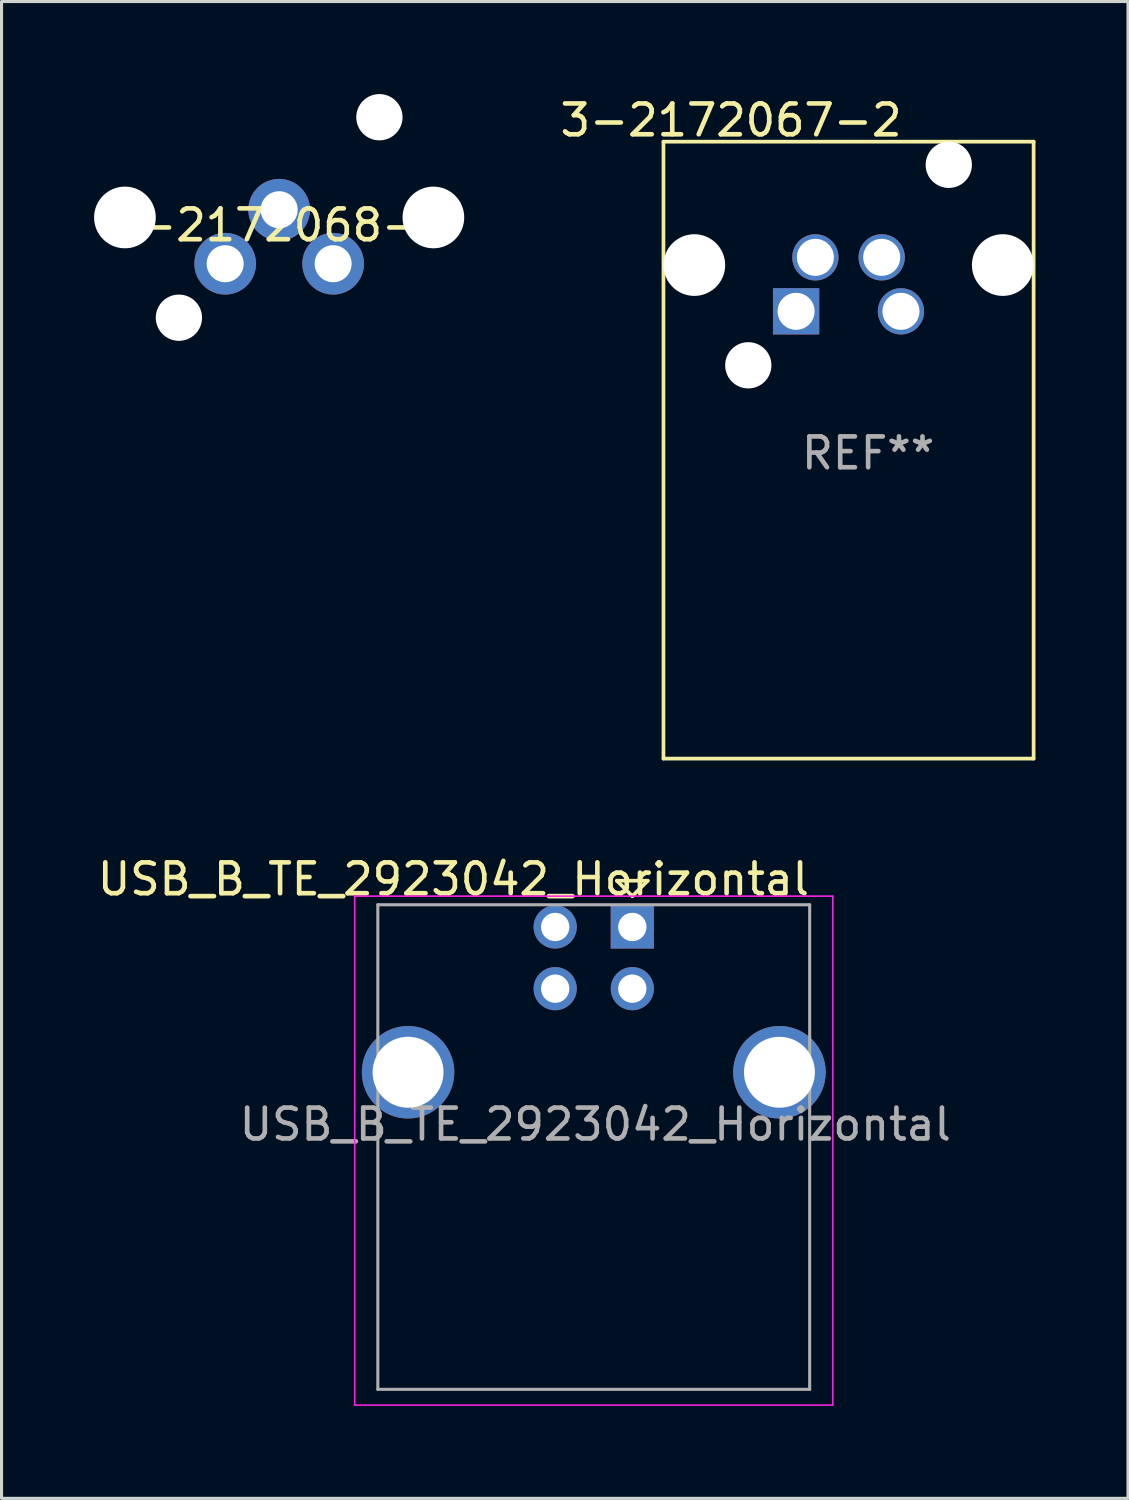
<source format=kicad_pcb>
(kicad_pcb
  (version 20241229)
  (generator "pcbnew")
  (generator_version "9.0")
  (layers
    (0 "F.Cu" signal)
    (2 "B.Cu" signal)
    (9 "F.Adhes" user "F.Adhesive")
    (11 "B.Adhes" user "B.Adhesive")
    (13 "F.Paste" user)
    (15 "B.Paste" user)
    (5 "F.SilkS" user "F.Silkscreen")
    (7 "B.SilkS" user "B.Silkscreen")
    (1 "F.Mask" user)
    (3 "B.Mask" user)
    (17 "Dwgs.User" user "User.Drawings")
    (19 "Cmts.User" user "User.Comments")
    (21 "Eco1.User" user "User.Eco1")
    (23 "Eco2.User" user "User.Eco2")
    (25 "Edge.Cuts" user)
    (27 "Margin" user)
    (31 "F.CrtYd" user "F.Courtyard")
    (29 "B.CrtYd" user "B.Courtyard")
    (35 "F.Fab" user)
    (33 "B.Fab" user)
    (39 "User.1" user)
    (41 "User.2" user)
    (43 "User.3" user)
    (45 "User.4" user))
  (footprint "2-2172068-2"
    (layer "F.Cu")
    (at 6 3.75)
    (property "Reference" "2-2172068-2" (at 0 0.5 0) (layer "F.SilkS") (effects (font (size 1 1) (thickness 0.15))))
    (attr through_hole)
    (pad "" np_thru_hole circle (at -5 0.25) (size 2 2) (drill 2) (layers "*.Cu" "*.Mask"))
    (pad "" np_thru_hole circle (at -3.25 3.5) (size 1.5 1.5) (drill 1.5) (layers "*.Cu" "*.Mask"))
    (pad "" np_thru_hole circle (at 3.25 -3) (size 1.5 1.5) (drill 1.5) (layers "*.Cu" "*.Mask"))
    (pad "" np_thru_hole circle (at 5 0.25) (size 2 2) (drill 2) (layers "*.Cu" "*.Mask"))
    (pad "1" thru_hole circle (at -1.75 1.75) (size 2 2) (drill 1.2) (layers "*.Cu"))
    (pad "2" thru_hole circle (at 0 0) (size 2 2) (drill 1.2) (layers "*.Cu"))
    (pad "3" thru_hole circle (at 1.75 1.75) (size 2 2) (drill 1.2) (layers "*.Cu")))
  (footprint "USB_B_TE_2923042_Horizontal"
    (layer "F.Cu")
    (at 17.449 27.002)
    (property "Reference" "USB_B_TE_2923042_Horizontal" (at -5.8 -1.55 0) (layer "F.SilkS") (effects (font (size 1 1) (thickness 0.15))))
    (attr through_hole)
    (fp_line (start -0.5 -1.5) (end 0 -1) (stroke (width 0.12) (type solid)) (layer "F.SilkS"))
    (fp_line (start 0 -1) (end 0.5 -1.5) (stroke (width 0.12) (type solid)) (layer "F.SilkS"))
    (fp_line (start 0.5 -1.5) (end -0.5 -1.5) (stroke (width 0.12) (type solid)) (layer "F.SilkS"))
    (fp_line (start -9 -1) (end -9 15.5) (stroke (width 0.05) (type solid)) (layer "F.CrtYd"))
    (fp_line (start -9 -1) (end 6.5 -1) (stroke (width 0.05) (type solid)) (layer "F.CrtYd"))
    (fp_line (start 6.5 15.5) (end -9 15.5) (stroke (width 0.05) (type solid)) (layer "F.CrtYd"))
    (fp_line (start 6.5 15.5) (end 6.5 -1) (stroke (width 0.05) (type solid)) (layer "F.CrtYd"))
    (fp_line (start -8.25 -0.72) (end 5.75 -0.72) (stroke (width 0.1) (type solid)) (layer "F.Fab"))
    (fp_line (start -8.25 14.99) (end -8.25 -0.72) (stroke (width 0.1) (type solid)) (layer "F.Fab"))
    (fp_line (start 5.75 -0.72) (end 5.75 14.99) (stroke (width 0.1) (type solid)) (layer "F.Fab"))
    (fp_line (start 5.75 14.99) (end -8.25 14.99) (stroke (width 0.1) (type solid)) (layer "F.Fab"))
    (fp_text user "${REFERENCE}" (at -1.2 6.4 0) (layer "F.Fab") (effects (font (size 1 1) (thickness 0.15))))
    (pad "1" thru_hole rect (at 0 0) (size 1.4 1.4) (drill 0.92) (layers "*.Cu" "*.Mask"))
    (pad "2" thru_hole circle (at -2.5 0) (size 1.4 1.4) (drill 0.92) (layers "*.Cu" "*.Mask"))
    (pad "3" thru_hole circle (at -2.5 2) (size 1.4 1.4) (drill 0.92) (layers "*.Cu" "*.Mask"))
    (pad "4" thru_hole circle (at 0 2) (size 1.4 1.4) (drill 0.92) (layers "*.Cu" "*.Mask"))
    (pad "5" thru_hole circle (at -7.27 4.71) (size 3 3) (drill 2.3) (layers "*.Cu" "*.Mask"))
    (pad "5" thru_hole circle (at 4.77 4.71) (size 3 3) (drill 2.3) (layers "*.Cu" "*.Mask")))
  (footprint "3-2172067-2"
    (layer "F.Cu")
    (at 24.459 5.293)
    (property "Reference" "3-2172067-2" (at -3.81 -4.445 0) (layer "F.SilkS") (effects (font (size 1 1) (thickness 0.15))))
    (attr through_hole)
    (fp_line (start -6 -3.75) (end -6 16.25) (stroke (width 0.12) (type solid)) (layer "F.SilkS"))
    (fp_line (start -6 -3.75) (end 6 -3.75) (stroke (width 0.12) (type solid)) (layer "F.SilkS"))
    (fp_line (start -6 16.25) (end 6 16.25) (stroke (width 0.12) (type solid)) (layer "F.SilkS"))
    (fp_line (start 6 -3.75) (end 6 16.25) (stroke (width 0.12) (type solid)) (layer "F.SilkS"))
    (fp_text user "REF**" (at 0.635 6.35 0) (layer "F.Fab") (effects (font (size 1 1) (thickness 0.15))))
    (pad "" np_thru_hole circle (at -5 0.25) (size 2 2) (drill 2) (layers "*.Cu" "*.Mask"))
    (pad "" np_thru_hole circle (at -3.25 3.5) (size 1.5 1.5) (drill 1.5) (layers "*.Cu" "*.Mask"))
    (pad "" np_thru_hole circle (at 3.25 -3) (size 1.5 1.5) (drill 1.5) (layers "*.Cu" "*.Mask"))
    (pad "" np_thru_hole circle (at 5 0.25) (size 2 2) (drill 2) (layers "*.Cu" "*.Mask"))
    (pad "1" thru_hole rect (at -1.7 1.75) (size 1.5 1.5) (drill 1.2) (layers "*.Cu"))
    (pad "2" thru_hole circle (at -1.075 0) (size 1.5 1.5) (drill 1.2) (layers "*.Cu"))
    (pad "3" thru_hole circle (at 1.075 0) (size 1.5 1.5) (drill 1.2) (layers "*.Cu"))
    (pad "4" thru_hole circle (at 1.7 1.75) (size 1.5 1.5) (drill 1.2) (layers "*.Cu")))
  (gr_rect
    (start -3 -3)
    (end 33.519 45.526)
    (stroke (width 0.1) (type default))
    (fill no)
    (layer "Edge.Cuts")))
</source>
